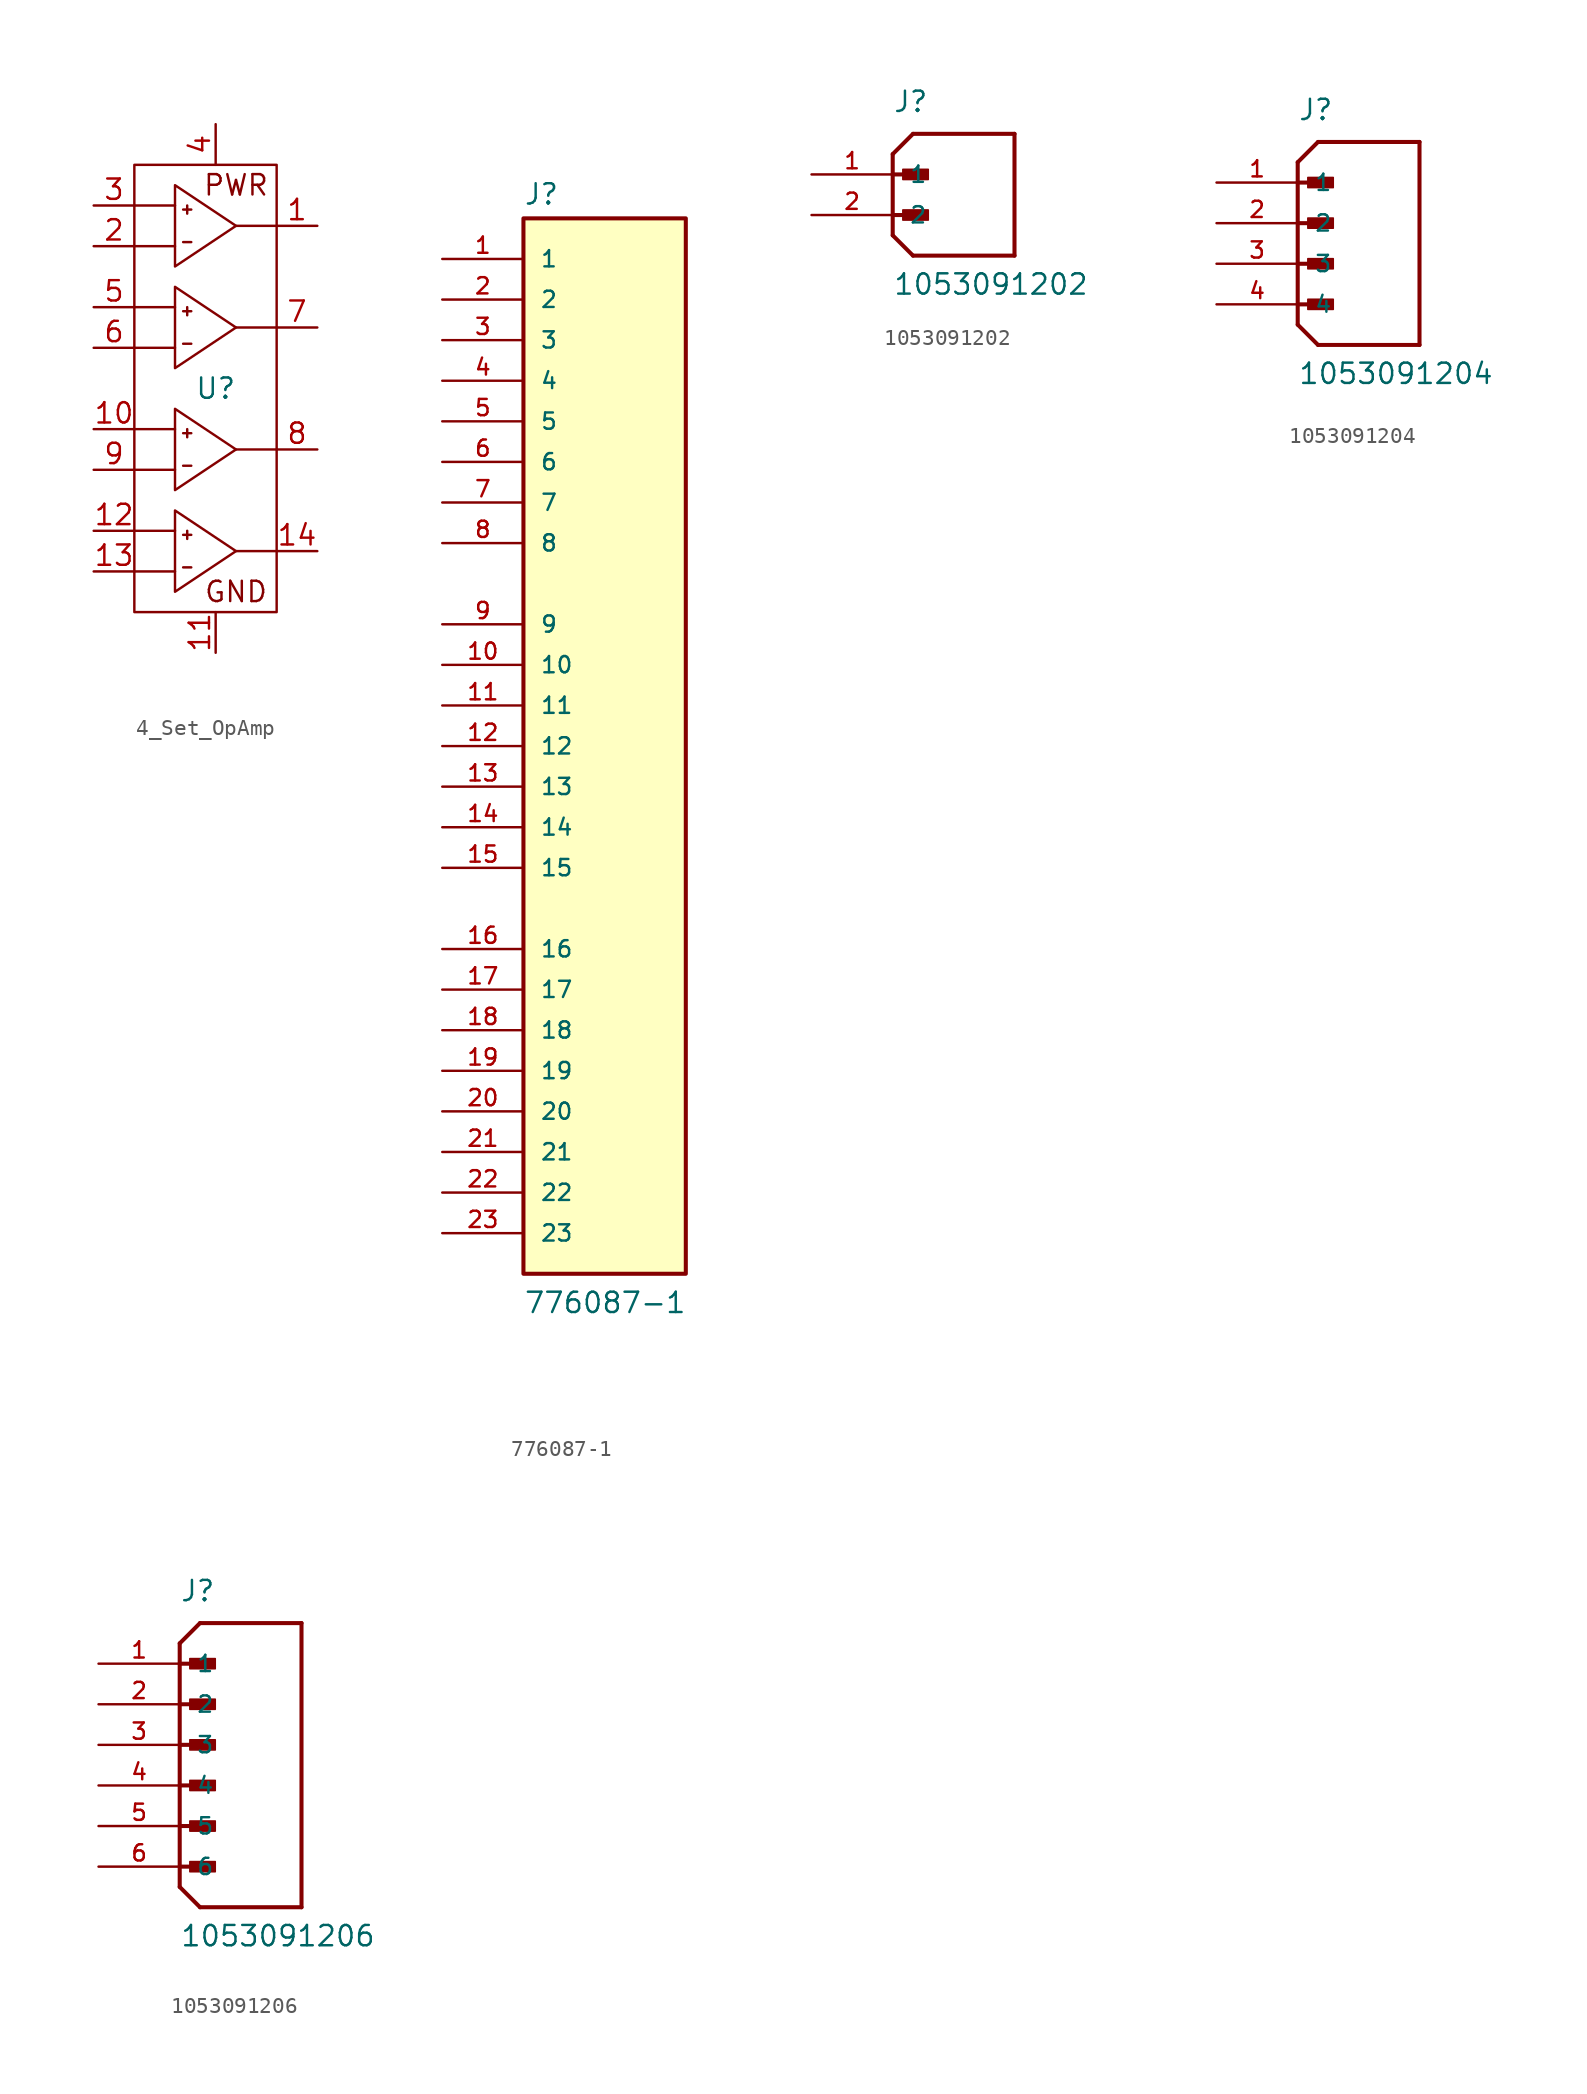
<source format=kicad_sym>
(kicad_symbol_lib
  (version 20220914)
  (generator kicad_symbol_editor)
  (symbol "4_Set_OpAmp"
    (property "Reference" "U"
      (at 0 0 0)
      (effects (font (size 1.27 1.27))))
    (property "Value" ""
      (at 0 0 0)
      (effects (font (size 1.27 1.27))))
    (symbol "4_Set_OpAmp_0_1"
      (rectangle (start -5.08 13.97) (end 3.81 -13.97) (stroke (width 0) (type default)) (fill (type none)))
      (polyline (pts (xy -5.08 -11.43) (xy -2.54 -11.43)) (stroke (width 0) (type default)) (fill (type none)))
      (polyline (pts (xy -5.08 -8.89) (xy -2.54 -8.89)) (stroke (width 0) (type default)) (fill (type none)))
      (polyline (pts (xy -5.08 -5.08) (xy -2.54 -5.08)) (stroke (width 0) (type default)) (fill (type none)))
      (polyline (pts (xy -5.08 2.54) (xy -2.54 2.54)) (stroke (width 0) (type default)) (fill (type none)))
      (polyline (pts (xy -5.08 5.08) (xy -2.54 5.08)) (stroke (width 0) (type default)) (fill (type none)))
      (polyline (pts (xy -5.08 8.89) (xy -2.54 8.89)) (stroke (width 0) (type default)) (fill (type none)))
      (polyline (pts (xy -5.08 11.43) (xy -2.54 11.43)) (stroke (width 0) (type default)) (fill (type none)))
      (polyline (pts (xy -2.032 -11.176) (xy -1.524 -11.176)) (stroke (width 0) (type default)) (fill (type none)))
      (polyline (pts (xy -2.032 -4.826) (xy -1.524 -4.826)) (stroke (width 0) (type default)) (fill (type none)))
      (polyline (pts (xy -2.032 2.794) (xy -1.524 2.794)) (stroke (width 0) (type default)) (fill (type none)))
      (polyline (pts (xy -2.032 9.144) (xy -1.524 9.144)) (stroke (width 0) (type default)) (fill (type none)))
      (polyline (pts (xy 1.27 -10.16) (xy 3.81 -10.16)) (stroke (width 0) (type default)) (fill (type none)))
      (polyline (pts (xy 1.27 -3.81) (xy 3.81 -3.81)) (stroke (width 0) (type default)) (fill (type none)))
      (polyline (pts (xy 1.27 3.81) (xy 3.81 3.81)) (stroke (width 0) (type default)) (fill (type none)))
      (polyline (pts (xy 1.27 10.16) (xy 3.81 10.16)) (stroke (width 0) (type default)) (fill (type none)))
      (polyline (pts (xy -5.08 -2.54) (xy -2.54 -2.54) (xy -3.81 -2.54)) (stroke (width 0) (type default)) (fill (type none)))
      (polyline (pts (xy -2.54 -7.62) (xy 1.27 -10.16) (xy -2.54 -12.7) (xy -2.54 -7.62)) (stroke (width 0) (type default)) (fill (type none)))
      (polyline (pts (xy -2.54 -1.27) (xy 1.27 -3.81) (xy -2.54 -6.35) (xy -2.54 -1.27)) (stroke (width 0) (type default)) (fill (type none)))
      (polyline (pts (xy -2.54 6.35) (xy 1.27 3.81) (xy -2.54 1.27) (xy -2.54 6.35)) (stroke (width 0) (type default)) (fill (type none)))
      (polyline (pts (xy -2.54 12.7) (xy 1.27 10.16) (xy -2.54 7.62) (xy -2.54 12.7)) (stroke (width 0) (type default)) (fill (type none)))
      (polyline (pts (xy -1.778 -8.89) (xy -1.778 -9.398) (xy -1.778 -9.144) (xy -1.524 -9.144) (xy -2.032 -9.144) (xy -1.651 -9.144)) (stroke (width 0) (type default)) (fill (type none)))
      (polyline (pts (xy -1.778 -2.54) (xy -1.778 -3.048) (xy -1.778 -2.794) (xy -1.524 -2.794) (xy -2.032 -2.794) (xy -1.651 -2.794)) (stroke (width 0) (type default)) (fill (type none)))
      (polyline (pts (xy -1.778 5.08) (xy -1.778 4.572) (xy -1.778 4.826) (xy -1.524 4.826) (xy -2.032 4.826) (xy -1.651 4.826)) (stroke (width 0) (type default)) (fill (type none)))
      (polyline (pts (xy -1.778 11.43) (xy -1.778 10.922) (xy -1.778 11.176) (xy -1.524 11.176) (xy -2.032 11.176) (xy -1.651 11.176)) (stroke (width 0) (type default)) (fill (type none))))
    (symbol "4_Set_OpAmp_1_1"
      (text "GND" (at 1.27 -12.7 0) (effects (font (size 1.27 1.27))))
      (text "PWR" (at 1.27 12.7 0) (effects (font (size 1.27 1.27))))
      (pin output line (at 6.35 10.16 180) (length 2.54) (name "" (effects (font (size 1.27 1.27)))) (number "1" (effects (font (size 1.27 1.27)))))
      (pin input line (at -7.62 -2.54 0) (length 2.54) (name "" (effects (font (size 1.27 1.27)))) (number "10" (effects (font (size 1.27 1.27)))))
      (pin power_out line (at 0 -16.51 90) (length 2.54) (name "" (effects (font (size 1.27 1.27)))) (number "11" (effects (font (size 1.27 1.27)))))
      (pin input line (at -7.62 -8.89 0) (length 2.54) (name "" (effects (font (size 1.27 1.27)))) (number "12" (effects (font (size 1.27 1.27)))))
      (pin input line (at -7.62 -11.43 0) (length 2.54) (name "" (effects (font (size 1.27 1.27)))) (number "13" (effects (font (size 1.27 1.27)))))
      (pin output line (at 6.35 -10.16 180) (length 2.54) (name "" (effects (font (size 1.27 1.27)))) (number "14" (effects (font (size 1.27 1.27)))))
      (pin input line (at -7.62 8.89 0) (length 2.54) (name "" (effects (font (size 1.27 1.27)))) (number "2" (effects (font (size 1.27 1.27)))))
      (pin input line (at -7.62 11.43 0) (length 2.54) (name "" (effects (font (size 1.27 1.27)))) (number "3" (effects (font (size 1.27 1.27)))))
      (pin power_in line (at 0 16.51 270) (length 2.54) (name "" (effects (font (size 1.27 1.27)))) (number "4" (effects (font (size 1.27 1.27)))))
      (pin input line (at -7.62 5.08 0) (length 2.54) (name "" (effects (font (size 1.27 1.27)))) (number "5" (effects (font (size 1.27 1.27)))))
      (pin input line (at -7.62 2.54 0) (length 2.54) (name "" (effects (font (size 1.27 1.27)))) (number "6" (effects (font (size 1.27 1.27)))))
      (pin output line (at 6.35 3.81 180) (length 2.54) (name "" (effects (font (size 1.27 1.27)))) (number "7" (effects (font (size 1.27 1.27)))))
      (pin output line (at 6.35 -3.81 180) (length 2.54) (name "" (effects (font (size 1.27 1.27)))) (number "8" (effects (font (size 1.27 1.27)))))
      (pin input line (at -7.62 -5.08 0) (length 2.54) (name "" (effects (font (size 1.27 1.27)))) (number "9" (effects (font (size 1.27 1.27)))))))
  (symbol "776087-1"
    (pin_names
      (offset 1.016))
    (property "Reference" "J"
      (at -5.081 33.788 0)
      (effects (font (size 1.27 1.27)) (justify left bottom)))
    (property "Value" "776087-1"
      (at -5.083 -35.578 0)
      (effects (font (size 1.27 1.27)) (justify left bottom)))
    (symbol "776087-1_0_0"
      (rectangle (start -5.08 -33.02) (end 5.08 33.02) (stroke (width 0.254) (type default)) (fill (type background)))
      (pin passive line (at -10.16 30.48 0) (length 5.08) (name "1" (effects (font (size 1.016 1.016)))) (number "1" (effects (font (size 1.016 1.016)))))
      (pin passive line (at -10.16 5.08 0) (length 5.08) (name "10" (effects (font (size 1.016 1.016)))) (number "10" (effects (font (size 1.016 1.016)))))
      (pin passive line (at -10.16 2.54 0) (length 5.08) (name "11" (effects (font (size 1.016 1.016)))) (number "11" (effects (font (size 1.016 1.016)))))
      (pin passive line (at -10.16 0 0) (length 5.08) (name "12" (effects (font (size 1.016 1.016)))) (number "12" (effects (font (size 1.016 1.016)))))
      (pin passive line (at -10.16 -2.54 0) (length 5.08) (name "13" (effects (font (size 1.016 1.016)))) (number "13" (effects (font (size 1.016 1.016)))))
      (pin passive line (at -10.16 -5.08 0) (length 5.08) (name "14" (effects (font (size 1.016 1.016)))) (number "14" (effects (font (size 1.016 1.016)))))
      (pin passive line (at -10.16 -7.62 0) (length 5.08) (name "15" (effects (font (size 1.016 1.016)))) (number "15" (effects (font (size 1.016 1.016)))))
      (pin passive line (at -10.16 -12.7 0) (length 5.08) (name "16" (effects (font (size 1.016 1.016)))) (number "16" (effects (font (size 1.016 1.016)))))
      (pin passive line (at -10.16 -15.24 0) (length 5.08) (name "17" (effects (font (size 1.016 1.016)))) (number "17" (effects (font (size 1.016 1.016)))))
      (pin passive line (at -10.16 -17.78 0) (length 5.08) (name "18" (effects (font (size 1.016 1.016)))) (number "18" (effects (font (size 1.016 1.016)))))
      (pin passive line (at -10.16 -20.32 0) (length 5.08) (name "19" (effects (font (size 1.016 1.016)))) (number "19" (effects (font (size 1.016 1.016)))))
      (pin passive line (at -10.16 27.94 0) (length 5.08) (name "2" (effects (font (size 1.016 1.016)))) (number "2" (effects (font (size 1.016 1.016)))))
      (pin passive line (at -10.16 -22.86 0) (length 5.08) (name "20" (effects (font (size 1.016 1.016)))) (number "20" (effects (font (size 1.016 1.016)))))
      (pin passive line (at -10.16 -25.4 0) (length 5.08) (name "21" (effects (font (size 1.016 1.016)))) (number "21" (effects (font (size 1.016 1.016)))))
      (pin passive line (at -10.16 -27.94 0) (length 5.08) (name "22" (effects (font (size 1.016 1.016)))) (number "22" (effects (font (size 1.016 1.016)))))
      (pin passive line (at -10.16 -30.48 0) (length 5.08) (name "23" (effects (font (size 1.016 1.016)))) (number "23" (effects (font (size 1.016 1.016)))))
      (pin passive line (at -10.16 25.4 0) (length 5.08) (name "3" (effects (font (size 1.016 1.016)))) (number "3" (effects (font (size 1.016 1.016)))))
      (pin passive line (at -10.16 22.86 0) (length 5.08) (name "4" (effects (font (size 1.016 1.016)))) (number "4" (effects (font (size 1.016 1.016)))))
      (pin passive line (at -10.16 20.32 0) (length 5.08) (name "5" (effects (font (size 1.016 1.016)))) (number "5" (effects (font (size 1.016 1.016)))))
      (pin passive line (at -10.16 17.78 0) (length 5.08) (name "6" (effects (font (size 1.016 1.016)))) (number "6" (effects (font (size 1.016 1.016)))))
      (pin passive line (at -10.16 15.24 0) (length 5.08) (name "7" (effects (font (size 1.016 1.016)))) (number "7" (effects (font (size 1.016 1.016)))))
      (pin passive line (at -10.16 12.7 0) (length 5.08) (name "8" (effects (font (size 1.016 1.016)))) (number "8" (effects (font (size 1.016 1.016)))))
      (pin passive line (at -10.16 7.62 0) (length 5.08) (name "9" (effects (font (size 1.016 1.016)))) (number "9" (effects (font (size 1.016 1.016)))))))
  (symbol "1053091202"
    (pin_names
      (offset 1.016))
    (property "Reference" "J"
      (at 0 3.81 0)
      (effects (font (size 1.27 1.27)) (justify left bottom)))
    (property "Value" "1053091202"
      (at 0 -7.62 0)
      (effects (font (size 1.27 1.27)) (justify left bottom)))
    (symbol "1053091202_0_0"
      (polyline (pts (xy 0 -3.81) (xy 1.27 -5.08)) (stroke (width 0.254) (type default)) (fill (type none)))
      (polyline (pts (xy 0 -2.54) (xy 1.905 -2.54)) (stroke (width 0.254) (type default)) (fill (type none)))
      (polyline (pts (xy 0 0) (xy 0 -3.81)) (stroke (width 0.254) (type default)) (fill (type none)))
      (polyline (pts (xy 0 0) (xy 1.905 0)) (stroke (width 0.254) (type default)) (fill (type none)))
      (polyline (pts (xy 0 1.27) (xy 0 0)) (stroke (width 0.254) (type default)) (fill (type none)))
      (polyline (pts (xy 0 1.27) (xy 1.27 2.54)) (stroke (width 0.254) (type default)) (fill (type none)))
      (polyline (pts (xy 1.27 -5.08) (xy 7.62 -5.08)) (stroke (width 0.254) (type default)) (fill (type none)))
      (polyline (pts (xy 7.62 -5.08) (xy 7.62 2.54)) (stroke (width 0.254) (type default)) (fill (type none)))
      (polyline (pts (xy 7.62 2.54) (xy 1.27 2.54)) (stroke (width 0.254) (type default)) (fill (type none)))
      (rectangle (start 0.635 -2.857) (end 2.223 -2.223) (stroke (width 0.1) (type default)) (fill (type outline)))
      (rectangle (start 0.635 -0.318) (end 2.223 0.318) (stroke (width 0.1) (type default)) (fill (type outline)))
      (pin passive line (at -5.08 0 0) (length 5.08) (name "1" (effects (font (size 1.016 1.016)))) (number "1" (effects (font (size 1.016 1.016)))))
      (pin passive line (at -5.08 -2.54 0) (length 5.08) (name "2" (effects (font (size 1.016 1.016)))) (number "2" (effects (font (size 1.016 1.016)))))))
  (symbol "1053091204"
    (pin_names
      (offset 1.016))
    (property "Reference" "J"
      (at 0 6.35 0)
      (effects (font (size 1.27 1.27)) (justify left bottom)))
    (property "Value" "1053091204"
      (at 0 -10.16 0)
      (effects (font (size 1.27 1.27)) (justify left bottom)))
    (symbol "1053091204_0_0"
      (polyline (pts (xy 0 -6.35) (xy 1.27 -7.62)) (stroke (width 0.254) (type default)) (fill (type none)))
      (polyline (pts (xy 0 -5.08) (xy 1.905 -5.08)) (stroke (width 0.254) (type default)) (fill (type none)))
      (polyline (pts (xy 0 -2.54) (xy 1.905 -2.54)) (stroke (width 0.254) (type default)) (fill (type none)))
      (polyline (pts (xy 0 0) (xy 1.905 0)) (stroke (width 0.254) (type default)) (fill (type none)))
      (polyline (pts (xy 0 2.54) (xy 0 -6.35)) (stroke (width 0.254) (type default)) (fill (type none)))
      (polyline (pts (xy 0 2.54) (xy 1.905 2.54)) (stroke (width 0.254) (type default)) (fill (type none)))
      (polyline (pts (xy 0 3.81) (xy 0 2.54)) (stroke (width 0.254) (type default)) (fill (type none)))
      (polyline (pts (xy 0 3.81) (xy 1.27 5.08)) (stroke (width 0.254) (type default)) (fill (type none)))
      (polyline (pts (xy 1.27 -7.62) (xy 7.62 -7.62)) (stroke (width 0.254) (type default)) (fill (type none)))
      (polyline (pts (xy 7.62 -7.62) (xy 7.62 5.08)) (stroke (width 0.254) (type default)) (fill (type none)))
      (polyline (pts (xy 7.62 5.08) (xy 1.27 5.08)) (stroke (width 0.254) (type default)) (fill (type none)))
      (rectangle (start 0.635 -5.397) (end 2.223 -4.763) (stroke (width 0.1) (type default)) (fill (type outline)))
      (rectangle (start 0.635 -2.857) (end 2.223 -2.223) (stroke (width 0.1) (type default)) (fill (type outline)))
      (rectangle (start 0.635 -0.318) (end 2.223 0.318) (stroke (width 0.1) (type default)) (fill (type outline)))
      (rectangle (start 0.635 2.223) (end 2.223 2.857) (stroke (width 0.1) (type default)) (fill (type outline)))
      (pin passive line (at -5.08 2.54 0) (length 5.08) (name "1" (effects (font (size 1.016 1.016)))) (number "1" (effects (font (size 1.016 1.016)))))
      (pin passive line (at -5.08 0 0) (length 5.08) (name "2" (effects (font (size 1.016 1.016)))) (number "2" (effects (font (size 1.016 1.016)))))
      (pin passive line (at -5.08 -2.54 0) (length 5.08) (name "3" (effects (font (size 1.016 1.016)))) (number "3" (effects (font (size 1.016 1.016)))))
      (pin passive line (at -5.08 -5.08 0) (length 5.08) (name "4" (effects (font (size 1.016 1.016)))) (number "4" (effects (font (size 1.016 1.016)))))))
  (symbol "1053091206"
    (pin_names
      (offset 1.016))
    (property "Reference" "J"
      (at 0 8.89 0)
      (effects (font (size 1.27 1.27)) (justify left bottom)))
    (property "Value" "1053091206"
      (at 0 -12.7 0)
      (effects (font (size 1.27 1.27)) (justify left bottom)))
    (symbol "1053091206_0_0"
      (polyline (pts (xy 0 -8.89) (xy 1.27 -10.16)) (stroke (width 0.254) (type default)) (fill (type none)))
      (polyline (pts (xy 0 -7.62) (xy 1.905 -7.62)) (stroke (width 0.254) (type default)) (fill (type none)))
      (polyline (pts (xy 0 -5.08) (xy 1.905 -5.08)) (stroke (width 0.254) (type default)) (fill (type none)))
      (polyline (pts (xy 0 -2.54) (xy 1.905 -2.54)) (stroke (width 0.254) (type default)) (fill (type none)))
      (polyline (pts (xy 0 0) (xy 1.905 0)) (stroke (width 0.254) (type default)) (fill (type none)))
      (polyline (pts (xy 0 2.54) (xy 1.905 2.54)) (stroke (width 0.254) (type default)) (fill (type none)))
      (polyline (pts (xy 0 5.08) (xy 0 -8.89)) (stroke (width 0.254) (type default)) (fill (type none)))
      (polyline (pts (xy 0 5.08) (xy 1.905 5.08)) (stroke (width 0.254) (type default)) (fill (type none)))
      (polyline (pts (xy 0 6.35) (xy 0 5.08)) (stroke (width 0.254) (type default)) (fill (type none)))
      (polyline (pts (xy 0 6.35) (xy 1.27 7.62)) (stroke (width 0.254) (type default)) (fill (type none)))
      (polyline (pts (xy 1.27 -10.16) (xy 7.62 -10.16)) (stroke (width 0.254) (type default)) (fill (type none)))
      (polyline (pts (xy 7.62 -10.16) (xy 7.62 7.62)) (stroke (width 0.254) (type default)) (fill (type none)))
      (polyline (pts (xy 7.62 7.62) (xy 1.27 7.62)) (stroke (width 0.254) (type default)) (fill (type none)))
      (rectangle (start 0.635 -7.938) (end 2.223 -7.303) (stroke (width 0.1) (type default)) (fill (type outline)))
      (rectangle (start 0.635 -5.397) (end 2.223 -4.763) (stroke (width 0.1) (type default)) (fill (type outline)))
      (rectangle (start 0.635 -2.857) (end 2.223 -2.223) (stroke (width 0.1) (type default)) (fill (type outline)))
      (rectangle (start 0.635 -0.318) (end 2.223 0.318) (stroke (width 0.1) (type default)) (fill (type outline)))
      (rectangle (start 0.635 2.223) (end 2.223 2.857) (stroke (width 0.1) (type default)) (fill (type outline)))
      (rectangle (start 0.635 4.763) (end 2.223 5.397) (stroke (width 0.1) (type default)) (fill (type outline)))
      (pin passive line (at -5.08 5.08 0) (length 5.08) (name "1" (effects (font (size 1.016 1.016)))) (number "1" (effects (font (size 1.016 1.016)))))
      (pin passive line (at -5.08 2.54 0) (length 5.08) (name "2" (effects (font (size 1.016 1.016)))) (number "2" (effects (font (size 1.016 1.016)))))
      (pin passive line (at -5.08 0 0) (length 5.08) (name "3" (effects (font (size 1.016 1.016)))) (number "3" (effects (font (size 1.016 1.016)))))
      (pin passive line (at -5.08 -2.54 0) (length 5.08) (name "4" (effects (font (size 1.016 1.016)))) (number "4" (effects (font (size 1.016 1.016)))))
      (pin passive line (at -5.08 -5.08 0) (length 5.08) (name "5" (effects (font (size 1.016 1.016)))) (number "5" (effects (font (size 1.016 1.016)))))
      (pin passive line (at -5.08 -7.62 0) (length 5.08) (name "6" (effects (font (size 1.016 1.016)))) (number "6" (effects (font (size 1.016 1.016))))))))
</source>
